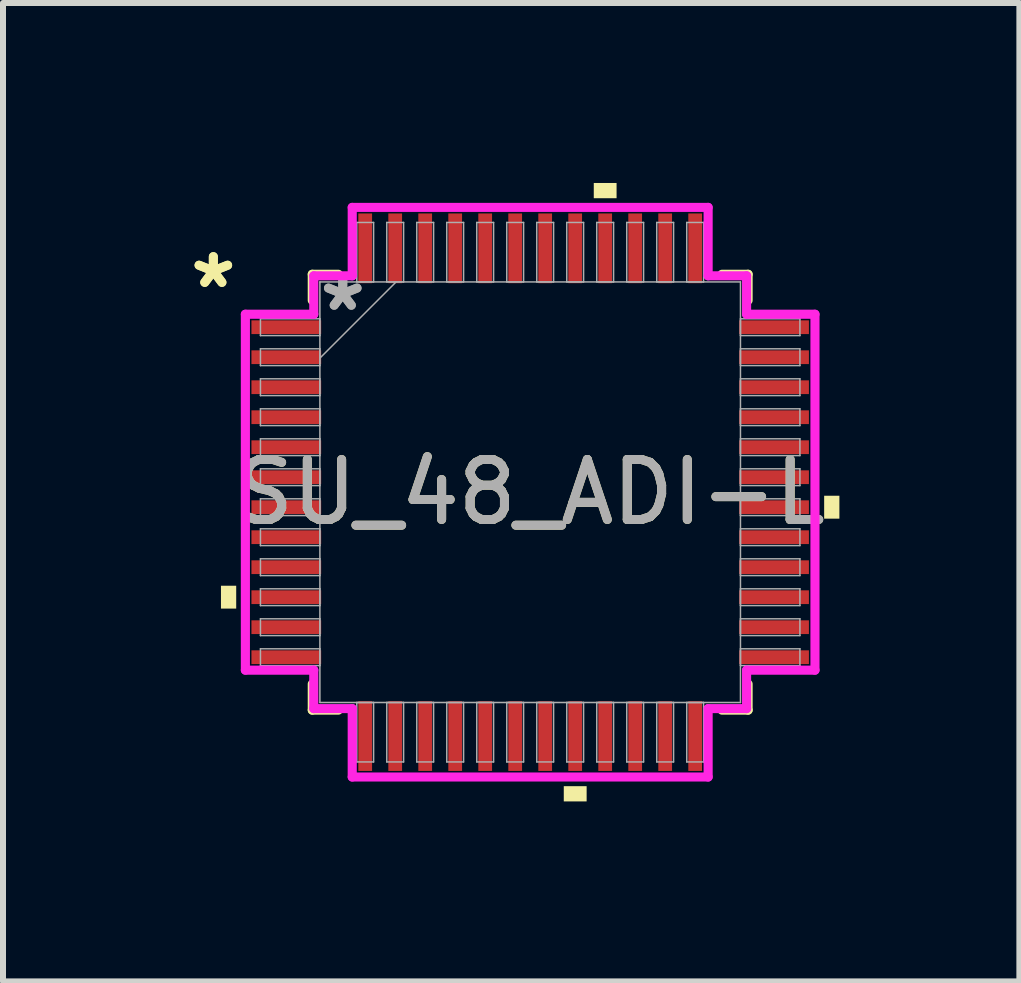
<source format=kicad_pcb>
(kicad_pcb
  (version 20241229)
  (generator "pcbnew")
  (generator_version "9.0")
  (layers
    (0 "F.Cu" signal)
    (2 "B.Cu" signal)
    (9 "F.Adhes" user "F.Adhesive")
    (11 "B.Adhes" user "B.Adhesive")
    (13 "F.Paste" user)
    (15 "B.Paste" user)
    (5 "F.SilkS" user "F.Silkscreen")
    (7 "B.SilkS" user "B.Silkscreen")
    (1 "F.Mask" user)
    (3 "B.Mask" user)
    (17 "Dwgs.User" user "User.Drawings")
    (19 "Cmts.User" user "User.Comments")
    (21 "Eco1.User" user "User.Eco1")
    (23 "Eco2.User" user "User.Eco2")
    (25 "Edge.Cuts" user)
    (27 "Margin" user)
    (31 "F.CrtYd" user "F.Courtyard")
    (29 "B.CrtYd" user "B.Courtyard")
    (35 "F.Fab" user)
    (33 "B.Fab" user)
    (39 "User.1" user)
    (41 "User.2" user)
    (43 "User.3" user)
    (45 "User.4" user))
  (footprint "SU_48_ADI-L"
    (layer "F.Cu")
    (at 5.787 5.154)
    (property "Reference" "SU_48_ADI-L" (at 0 0 0) (unlocked yes) (layer "F.SilkS") (effects (font (size 1 1) (thickness 0.15))))
    (attr smd)
    (fp_line (start -3.632 -3.632) (end -3.632 -3.197) (stroke (width 0.152) (type solid)) (layer "F.SilkS"))
    (fp_line (start -3.632 3.197) (end -3.632 3.632) (stroke (width 0.152) (type solid)) (layer "F.SilkS"))
    (fp_line (start -3.632 3.632) (end -3.197 3.632) (stroke (width 0.152) (type solid)) (layer "F.SilkS"))
    (fp_line (start -3.197 -3.632) (end -3.632 -3.632) (stroke (width 0.152) (type solid)) (layer "F.SilkS"))
    (fp_line (start 3.197 3.632) (end 3.632 3.632) (stroke (width 0.152) (type solid)) (layer "F.SilkS"))
    (fp_line (start 3.632 -3.632) (end 3.197 -3.632) (stroke (width 0.152) (type solid)) (layer "F.SilkS"))
    (fp_line (start 3.632 -3.197) (end 3.632 -3.632) (stroke (width 0.152) (type solid)) (layer "F.SilkS"))
    (fp_line (start 3.632 3.632) (end 3.632 3.197) (stroke (width 0.152) (type solid)) (layer "F.SilkS"))
    (fp_poly (pts (xy -5.154 1.559) (xy -5.154 1.94) (xy -4.9 1.94) (xy -4.9 1.559)) (stroke (width 0) (type solid)) (fill yes) (layer "F.SilkS"))
    (fp_poly (pts (xy 0.56 4.9) (xy 0.56 5.154) (xy 0.941 5.154) (xy 0.941 4.9)) (stroke (width 0) (type solid)) (fill yes) (layer "F.SilkS"))
    (fp_poly (pts (xy 1.06 -4.9) (xy 1.06 -5.154) (xy 1.44 -5.154) (xy 1.44 -4.9)) (stroke (width 0) (type solid)) (fill yes) (layer "F.SilkS"))
    (fp_poly (pts (xy 5.154 0.059) (xy 5.154 0.441) (xy 4.9 0.441) (xy 4.9 0.059)) (stroke (width 0) (type solid)) (fill yes) (layer "F.SilkS"))
    (fp_line (start -4.747 -2.966) (end -3.607 -2.966) (stroke (width 0.152) (type solid)) (layer "F.CrtYd"))
    (fp_line (start -4.747 2.966) (end -4.747 -2.966) (stroke (width 0.152) (type solid)) (layer "F.CrtYd"))
    (fp_line (start -3.607 -3.607) (end -2.966 -3.607) (stroke (width 0.152) (type solid)) (layer "F.CrtYd"))
    (fp_line (start -3.607 -2.966) (end -3.607 -3.607) (stroke (width 0.152) (type solid)) (layer "F.CrtYd"))
    (fp_line (start -3.607 2.966) (end -4.747 2.966) (stroke (width 0.152) (type solid)) (layer "F.CrtYd"))
    (fp_line (start -3.607 3.607) (end -3.607 2.966) (stroke (width 0.152) (type solid)) (layer "F.CrtYd"))
    (fp_line (start -3.607 3.607) (end -2.966 3.607) (stroke (width 0.152) (type solid)) (layer "F.CrtYd"))
    (fp_line (start -2.966 -4.747) (end 2.966 -4.747) (stroke (width 0.152) (type solid)) (layer "F.CrtYd"))
    (fp_line (start -2.966 -3.607) (end -2.966 -4.747) (stroke (width 0.152) (type solid)) (layer "F.CrtYd"))
    (fp_line (start -2.966 3.607) (end -2.966 4.747) (stroke (width 0.152) (type solid)) (layer "F.CrtYd"))
    (fp_line (start -2.966 4.747) (end 2.966 4.747) (stroke (width 0.152) (type solid)) (layer "F.CrtYd"))
    (fp_line (start 2.966 -4.747) (end 2.966 -3.607) (stroke (width 0.152) (type solid)) (layer "F.CrtYd"))
    (fp_line (start 2.966 -3.607) (end 3.607 -3.607) (stroke (width 0.152) (type solid)) (layer "F.CrtYd"))
    (fp_line (start 2.966 3.607) (end 3.607 3.607) (stroke (width 0.152) (type solid)) (layer "F.CrtYd"))
    (fp_line (start 2.966 4.747) (end 2.966 3.607) (stroke (width 0.152) (type solid)) (layer "F.CrtYd"))
    (fp_line (start 3.607 -2.966) (end 3.607 -3.607) (stroke (width 0.152) (type solid)) (layer "F.CrtYd"))
    (fp_line (start 3.607 2.966) (end 4.747 2.966) (stroke (width 0.152) (type solid)) (layer "F.CrtYd"))
    (fp_line (start 3.607 3.607) (end 3.607 2.966) (stroke (width 0.152) (type solid)) (layer "F.CrtYd"))
    (fp_line (start 4.747 -2.966) (end 3.607 -2.966) (stroke (width 0.152) (type solid)) (layer "F.CrtYd"))
    (fp_line (start 4.747 2.966) (end 4.747 -2.966) (stroke (width 0.152) (type solid)) (layer "F.CrtYd"))
    (fp_line (start -4.496 -2.89) (end -4.496 -2.61) (stroke (width 0.025) (type solid)) (layer "F.Fab"))
    (fp_line (start -4.496 -2.61) (end -3.505 -2.61) (stroke (width 0.025) (type solid)) (layer "F.Fab"))
    (fp_line (start -4.496 -2.39) (end -4.496 -2.11) (stroke (width 0.025) (type solid)) (layer "F.Fab"))
    (fp_line (start -4.496 -2.11) (end -3.505 -2.11) (stroke (width 0.025) (type solid)) (layer "F.Fab"))
    (fp_line (start -4.496 -1.89) (end -4.496 -1.61) (stroke (width 0.025) (type solid)) (layer "F.Fab"))
    (fp_line (start -4.496 -1.61) (end -3.505 -1.61) (stroke (width 0.025) (type solid)) (layer "F.Fab"))
    (fp_line (start -4.496 -1.39) (end -4.496 -1.11) (stroke (width 0.025) (type solid)) (layer "F.Fab"))
    (fp_line (start -4.496 -1.11) (end -3.505 -1.11) (stroke (width 0.025) (type solid)) (layer "F.Fab"))
    (fp_line (start -4.496 -0.89) (end -4.496 -0.61) (stroke (width 0.025) (type solid)) (layer "F.Fab"))
    (fp_line (start -4.496 -0.61) (end -3.505 -0.61) (stroke (width 0.025) (type solid)) (layer "F.Fab"))
    (fp_line (start -4.496 -0.39) (end -4.496 -0.11) (stroke (width 0.025) (type solid)) (layer "F.Fab"))
    (fp_line (start -4.496 -0.11) (end -3.505 -0.11) (stroke (width 0.025) (type solid)) (layer "F.Fab"))
    (fp_line (start -4.496 0.11) (end -4.496 0.39) (stroke (width 0.025) (type solid)) (layer "F.Fab"))
    (fp_line (start -4.496 0.39) (end -3.505 0.39) (stroke (width 0.025) (type solid)) (layer "F.Fab"))
    (fp_line (start -4.496 0.61) (end -4.496 0.89) (stroke (width 0.025) (type solid)) (layer "F.Fab"))
    (fp_line (start -4.496 0.89) (end -3.505 0.89) (stroke (width 0.025) (type solid)) (layer "F.Fab"))
    (fp_line (start -4.496 1.11) (end -4.496 1.39) (stroke (width 0.025) (type solid)) (layer "F.Fab"))
    (fp_line (start -4.496 1.39) (end -3.505 1.39) (stroke (width 0.025) (type solid)) (layer "F.Fab"))
    (fp_line (start -4.496 1.61) (end -4.496 1.89) (stroke (width 0.025) (type solid)) (layer "F.Fab"))
    (fp_line (start -4.496 1.89) (end -3.505 1.89) (stroke (width 0.025) (type solid)) (layer "F.Fab"))
    (fp_line (start -4.496 2.11) (end -4.496 2.39) (stroke (width 0.025) (type solid)) (layer "F.Fab"))
    (fp_line (start -4.496 2.39) (end -3.505 2.39) (stroke (width 0.025) (type solid)) (layer "F.Fab"))
    (fp_line (start -4.496 2.61) (end -4.496 2.89) (stroke (width 0.025) (type solid)) (layer "F.Fab"))
    (fp_line (start -4.496 2.89) (end -3.505 2.89) (stroke (width 0.025) (type solid)) (layer "F.Fab"))
    (fp_line (start -3.505 -3.505) (end -3.505 3.505) (stroke (width 0.025) (type solid)) (layer "F.Fab"))
    (fp_line (start -3.505 -2.89) (end -4.496 -2.89) (stroke (width 0.025) (type solid)) (layer "F.Fab"))
    (fp_line (start -3.505 -2.61) (end -3.505 -2.89) (stroke (width 0.025) (type solid)) (layer "F.Fab"))
    (fp_line (start -3.505 -2.39) (end -4.496 -2.39) (stroke (width 0.025) (type solid)) (layer "F.Fab"))
    (fp_line (start -3.505 -2.235) (end -2.235 -3.505) (stroke (width 0.025) (type solid)) (layer "F.Fab"))
    (fp_line (start -3.505 -2.11) (end -3.505 -2.39) (stroke (width 0.025) (type solid)) (layer "F.Fab"))
    (fp_line (start -3.505 -1.89) (end -4.496 -1.89) (stroke (width 0.025) (type solid)) (layer "F.Fab"))
    (fp_line (start -3.505 -1.61) (end -3.505 -1.89) (stroke (width 0.025) (type solid)) (layer "F.Fab"))
    (fp_line (start -3.505 -1.39) (end -4.496 -1.39) (stroke (width 0.025) (type solid)) (layer "F.Fab"))
    (fp_line (start -3.505 -1.11) (end -3.505 -1.39) (stroke (width 0.025) (type solid)) (layer "F.Fab"))
    (fp_line (start -3.505 -0.89) (end -4.496 -0.89) (stroke (width 0.025) (type solid)) (layer "F.Fab"))
    (fp_line (start -3.505 -0.61) (end -3.505 -0.89) (stroke (width 0.025) (type solid)) (layer "F.Fab"))
    (fp_line (start -3.505 -0.39) (end -4.496 -0.39) (stroke (width 0.025) (type solid)) (layer "F.Fab"))
    (fp_line (start -3.505 -0.11) (end -3.505 -0.39) (stroke (width 0.025) (type solid)) (layer "F.Fab"))
    (fp_line (start -3.505 0.11) (end -4.496 0.11) (stroke (width 0.025) (type solid)) (layer "F.Fab"))
    (fp_line (start -3.505 0.39) (end -3.505 0.11) (stroke (width 0.025) (type solid)) (layer "F.Fab"))
    (fp_line (start -3.505 0.61) (end -4.496 0.61) (stroke (width 0.025) (type solid)) (layer "F.Fab"))
    (fp_line (start -3.505 0.89) (end -3.505 0.61) (stroke (width 0.025) (type solid)) (layer "F.Fab"))
    (fp_line (start -3.505 1.11) (end -4.496 1.11) (stroke (width 0.025) (type solid)) (layer "F.Fab"))
    (fp_line (start -3.505 1.39) (end -3.505 1.11) (stroke (width 0.025) (type solid)) (layer "F.Fab"))
    (fp_line (start -3.505 1.61) (end -4.496 1.61) (stroke (width 0.025) (type solid)) (layer "F.Fab"))
    (fp_line (start -3.505 1.89) (end -3.505 1.61) (stroke (width 0.025) (type solid)) (layer "F.Fab"))
    (fp_line (start -3.505 2.11) (end -4.496 2.11) (stroke (width 0.025) (type solid)) (layer "F.Fab"))
    (fp_line (start -3.505 2.39) (end -3.505 2.11) (stroke (width 0.025) (type solid)) (layer "F.Fab"))
    (fp_line (start -3.505 2.61) (end -4.496 2.61) (stroke (width 0.025) (type solid)) (layer "F.Fab"))
    (fp_line (start -3.505 2.89) (end -3.505 2.61) (stroke (width 0.025) (type solid)) (layer "F.Fab"))
    (fp_line (start -3.505 3.505) (end 3.505 3.505) (stroke (width 0.025) (type solid)) (layer "F.Fab"))
    (fp_line (start -2.89 -4.496) (end -2.89 -3.505) (stroke (width 0.025) (type solid)) (layer "F.Fab"))
    (fp_line (start -2.89 -3.505) (end -2.61 -3.505) (stroke (width 0.025) (type solid)) (layer "F.Fab"))
    (fp_line (start -2.89 3.505) (end -2.89 4.496) (stroke (width 0.025) (type solid)) (layer "F.Fab"))
    (fp_line (start -2.89 4.496) (end -2.61 4.496) (stroke (width 0.025) (type solid)) (layer "F.Fab"))
    (fp_line (start -2.61 -4.496) (end -2.89 -4.496) (stroke (width 0.025) (type solid)) (layer "F.Fab"))
    (fp_line (start -2.61 -3.505) (end -2.61 -4.496) (stroke (width 0.025) (type solid)) (layer "F.Fab"))
    (fp_line (start -2.61 3.505) (end -2.89 3.505) (stroke (width 0.025) (type solid)) (layer "F.Fab"))
    (fp_line (start -2.61 4.496) (end -2.61 3.505) (stroke (width 0.025) (type solid)) (layer "F.Fab"))
    (fp_line (start -2.39 -4.496) (end -2.39 -3.505) (stroke (width 0.025) (type solid)) (layer "F.Fab"))
    (fp_line (start -2.39 -3.505) (end -2.11 -3.505) (stroke (width 0.025) (type solid)) (layer "F.Fab"))
    (fp_line (start -2.39 3.505) (end -2.39 4.496) (stroke (width 0.025) (type solid)) (layer "F.Fab"))
    (fp_line (start -2.39 4.496) (end -2.11 4.496) (stroke (width 0.025) (type solid)) (layer "F.Fab"))
    (fp_line (start -2.11 -4.496) (end -2.39 -4.496) (stroke (width 0.025) (type solid)) (layer "F.Fab"))
    (fp_line (start -2.11 -3.505) (end -2.11 -4.496) (stroke (width 0.025) (type solid)) (layer "F.Fab"))
    (fp_line (start -2.11 3.505) (end -2.39 3.505) (stroke (width 0.025) (type solid)) (layer "F.Fab"))
    (fp_line (start -2.11 4.496) (end -2.11 3.505) (stroke (width 0.025) (type solid)) (layer "F.Fab"))
    (fp_line (start -1.89 -4.496) (end -1.89 -3.505) (stroke (width 0.025) (type solid)) (layer "F.Fab"))
    (fp_line (start -1.89 -3.505) (end -1.61 -3.505) (stroke (width 0.025) (type solid)) (layer "F.Fab"))
    (fp_line (start -1.89 3.505) (end -1.89 4.496) (stroke (width 0.025) (type solid)) (layer "F.Fab"))
    (fp_line (start -1.89 4.496) (end -1.61 4.496) (stroke (width 0.025) (type solid)) (layer "F.Fab"))
    (fp_line (start -1.61 -4.496) (end -1.89 -4.496) (stroke (width 0.025) (type solid)) (layer "F.Fab"))
    (fp_line (start -1.61 -3.505) (end -1.61 -4.496) (stroke (width 0.025) (type solid)) (layer "F.Fab"))
    (fp_line (start -1.61 3.505) (end -1.89 3.505) (stroke (width 0.025) (type solid)) (layer "F.Fab"))
    (fp_line (start -1.61 4.496) (end -1.61 3.505) (stroke (width 0.025) (type solid)) (layer "F.Fab"))
    (fp_line (start -1.39 -4.496) (end -1.39 -3.505) (stroke (width 0.025) (type solid)) (layer "F.Fab"))
    (fp_line (start -1.39 -3.505) (end -1.11 -3.505) (stroke (width 0.025) (type solid)) (layer "F.Fab"))
    (fp_line (start -1.39 3.505) (end -1.39 4.496) (stroke (width 0.025) (type solid)) (layer "F.Fab"))
    (fp_line (start -1.39 4.496) (end -1.11 4.496) (stroke (width 0.025) (type solid)) (layer "F.Fab"))
    (fp_line (start -1.11 -4.496) (end -1.39 -4.496) (stroke (width 0.025) (type solid)) (layer "F.Fab"))
    (fp_line (start -1.11 -3.505) (end -1.11 -4.496) (stroke (width 0.025) (type solid)) (layer "F.Fab"))
    (fp_line (start -1.11 3.505) (end -1.39 3.505) (stroke (width 0.025) (type solid)) (layer "F.Fab"))
    (fp_line (start -1.11 4.496) (end -1.11 3.505) (stroke (width 0.025) (type solid)) (layer "F.Fab"))
    (fp_line (start -0.89 -4.496) (end -0.89 -3.505) (stroke (width 0.025) (type solid)) (layer "F.Fab"))
    (fp_line (start -0.89 -3.505) (end -0.61 -3.505) (stroke (width 0.025) (type solid)) (layer "F.Fab"))
    (fp_line (start -0.89 3.505) (end -0.89 4.496) (stroke (width 0.025) (type solid)) (layer "F.Fab"))
    (fp_line (start -0.89 4.496) (end -0.61 4.496) (stroke (width 0.025) (type solid)) (layer "F.Fab"))
    (fp_line (start -0.61 -4.496) (end -0.89 -4.496) (stroke (width 0.025) (type solid)) (layer "F.Fab"))
    (fp_line (start -0.61 -3.505) (end -0.61 -4.496) (stroke (width 0.025) (type solid)) (layer "F.Fab"))
    (fp_line (start -0.61 3.505) (end -0.89 3.505) (stroke (width 0.025) (type solid)) (layer "F.Fab"))
    (fp_line (start -0.61 4.496) (end -0.61 3.505) (stroke (width 0.025) (type solid)) (layer "F.Fab"))
    (fp_line (start -0.39 -4.496) (end -0.39 -3.505) (stroke (width 0.025) (type solid)) (layer "F.Fab"))
    (fp_line (start -0.39 -3.505) (end -0.11 -3.505) (stroke (width 0.025) (type solid)) (layer "F.Fab"))
    (fp_line (start -0.39 3.505) (end -0.39 4.496) (stroke (width 0.025) (type solid)) (layer "F.Fab"))
    (fp_line (start -0.39 4.496) (end -0.11 4.496) (stroke (width 0.025) (type solid)) (layer "F.Fab"))
    (fp_line (start -0.11 -4.496) (end -0.39 -4.496) (stroke (width 0.025) (type solid)) (layer "F.Fab"))
    (fp_line (start -0.11 -3.505) (end -0.11 -4.496) (stroke (width 0.025) (type solid)) (layer "F.Fab"))
    (fp_line (start -0.11 3.505) (end -0.39 3.505) (stroke (width 0.025) (type solid)) (layer "F.Fab"))
    (fp_line (start -0.11 4.496) (end -0.11 3.505) (stroke (width 0.025) (type solid)) (layer "F.Fab"))
    (fp_line (start 0.11 -4.496) (end 0.11 -3.505) (stroke (width 0.025) (type solid)) (layer "F.Fab"))
    (fp_line (start 0.11 -3.505) (end 0.39 -3.505) (stroke (width 0.025) (type solid)) (layer "F.Fab"))
    (fp_line (start 0.11 3.505) (end 0.11 4.496) (stroke (width 0.025) (type solid)) (layer "F.Fab"))
    (fp_line (start 0.11 4.496) (end 0.39 4.496) (stroke (width 0.025) (type solid)) (layer "F.Fab"))
    (fp_line (start 0.39 -4.496) (end 0.11 -4.496) (stroke (width 0.025) (type solid)) (layer "F.Fab"))
    (fp_line (start 0.39 -3.505) (end 0.39 -4.496) (stroke (width 0.025) (type solid)) (layer "F.Fab"))
    (fp_line (start 0.39 3.505) (end 0.11 3.505) (stroke (width 0.025) (type solid)) (layer "F.Fab"))
    (fp_line (start 0.39 4.496) (end 0.39 3.505) (stroke (width 0.025) (type solid)) (layer "F.Fab"))
    (fp_line (start 0.61 -4.496) (end 0.61 -3.505) (stroke (width 0.025) (type solid)) (layer "F.Fab"))
    (fp_line (start 0.61 -3.505) (end 0.89 -3.505) (stroke (width 0.025) (type solid)) (layer "F.Fab"))
    (fp_line (start 0.61 3.505) (end 0.61 4.496) (stroke (width 0.025) (type solid)) (layer "F.Fab"))
    (fp_line (start 0.61 4.496) (end 0.89 4.496) (stroke (width 0.025) (type solid)) (layer "F.Fab"))
    (fp_line (start 0.89 -4.496) (end 0.61 -4.496) (stroke (width 0.025) (type solid)) (layer "F.Fab"))
    (fp_line (start 0.89 -3.505) (end 0.89 -4.496) (stroke (width 0.025) (type solid)) (layer "F.Fab"))
    (fp_line (start 0.89 3.505) (end 0.61 3.505) (stroke (width 0.025) (type solid)) (layer "F.Fab"))
    (fp_line (start 0.89 4.496) (end 0.89 3.505) (stroke (width 0.025) (type solid)) (layer "F.Fab"))
    (fp_line (start 1.11 -4.496) (end 1.11 -3.505) (stroke (width 0.025) (type solid)) (layer "F.Fab"))
    (fp_line (start 1.11 -3.505) (end 1.39 -3.505) (stroke (width 0.025) (type solid)) (layer "F.Fab"))
    (fp_line (start 1.11 3.505) (end 1.11 4.496) (stroke (width 0.025) (type solid)) (layer "F.Fab"))
    (fp_line (start 1.11 4.496) (end 1.39 4.496) (stroke (width 0.025) (type solid)) (layer "F.Fab"))
    (fp_line (start 1.39 -4.496) (end 1.11 -4.496) (stroke (width 0.025) (type solid)) (layer "F.Fab"))
    (fp_line (start 1.39 -3.505) (end 1.39 -4.496) (stroke (width 0.025) (type solid)) (layer "F.Fab"))
    (fp_line (start 1.39 3.505) (end 1.11 3.505) (stroke (width 0.025) (type solid)) (layer "F.Fab"))
    (fp_line (start 1.39 4.496) (end 1.39 3.505) (stroke (width 0.025) (type solid)) (layer "F.Fab"))
    (fp_line (start 1.61 -4.496) (end 1.61 -3.505) (stroke (width 0.025) (type solid)) (layer "F.Fab"))
    (fp_line (start 1.61 -3.505) (end 1.89 -3.505) (stroke (width 0.025) (type solid)) (layer "F.Fab"))
    (fp_line (start 1.61 3.505) (end 1.61 4.496) (stroke (width 0.025) (type solid)) (layer "F.Fab"))
    (fp_line (start 1.61 4.496) (end 1.89 4.496) (stroke (width 0.025) (type solid)) (layer "F.Fab"))
    (fp_line (start 1.89 -4.496) (end 1.61 -4.496) (stroke (width 0.025) (type solid)) (layer "F.Fab"))
    (fp_line (start 1.89 -3.505) (end 1.89 -4.496) (stroke (width 0.025) (type solid)) (layer "F.Fab"))
    (fp_line (start 1.89 3.505) (end 1.61 3.505) (stroke (width 0.025) (type solid)) (layer "F.Fab"))
    (fp_line (start 1.89 4.496) (end 1.89 3.505) (stroke (width 0.025) (type solid)) (layer "F.Fab"))
    (fp_line (start 2.11 -4.496) (end 2.11 -3.505) (stroke (width 0.025) (type solid)) (layer "F.Fab"))
    (fp_line (start 2.11 -3.505) (end 2.39 -3.505) (stroke (width 0.025) (type solid)) (layer "F.Fab"))
    (fp_line (start 2.11 3.505) (end 2.11 4.496) (stroke (width 0.025) (type solid)) (layer "F.Fab"))
    (fp_line (start 2.11 4.496) (end 2.39 4.496) (stroke (width 0.025) (type solid)) (layer "F.Fab"))
    (fp_line (start 2.39 -4.496) (end 2.11 -4.496) (stroke (width 0.025) (type solid)) (layer "F.Fab"))
    (fp_line (start 2.39 -3.505) (end 2.39 -4.496) (stroke (width 0.025) (type solid)) (layer "F.Fab"))
    (fp_line (start 2.39 3.505) (end 2.11 3.505) (stroke (width 0.025) (type solid)) (layer "F.Fab"))
    (fp_line (start 2.39 4.496) (end 2.39 3.505) (stroke (width 0.025) (type solid)) (layer "F.Fab"))
    (fp_line (start 2.61 -4.496) (end 2.61 -3.505) (stroke (width 0.025) (type solid)) (layer "F.Fab"))
    (fp_line (start 2.61 -3.505) (end 2.89 -3.505) (stroke (width 0.025) (type solid)) (layer "F.Fab"))
    (fp_line (start 2.61 3.505) (end 2.61 4.496) (stroke (width 0.025) (type solid)) (layer "F.Fab"))
    (fp_line (start 2.61 4.496) (end 2.89 4.496) (stroke (width 0.025) (type solid)) (layer "F.Fab"))
    (fp_line (start 2.89 -4.496) (end 2.61 -4.496) (stroke (width 0.025) (type solid)) (layer "F.Fab"))
    (fp_line (start 2.89 -3.505) (end 2.89 -4.496) (stroke (width 0.025) (type solid)) (layer "F.Fab"))
    (fp_line (start 2.89 3.505) (end 2.61 3.505) (stroke (width 0.025) (type solid)) (layer "F.Fab"))
    (fp_line (start 2.89 4.496) (end 2.89 3.505) (stroke (width 0.025) (type solid)) (layer "F.Fab"))
    (fp_line (start 3.505 -3.505) (end -3.505 -3.505) (stroke (width 0.025) (type solid)) (layer "F.Fab"))
    (fp_line (start 3.505 -2.89) (end 3.505 -2.61) (stroke (width 0.025) (type solid)) (layer "F.Fab"))
    (fp_line (start 3.505 -2.61) (end 4.496 -2.61) (stroke (width 0.025) (type solid)) (layer "F.Fab"))
    (fp_line (start 3.505 -2.39) (end 3.505 -2.11) (stroke (width 0.025) (type solid)) (layer "F.Fab"))
    (fp_line (start 3.505 -2.11) (end 4.496 -2.11) (stroke (width 0.025) (type solid)) (layer "F.Fab"))
    (fp_line (start 3.505 -1.89) (end 3.505 -1.61) (stroke (width 0.025) (type solid)) (layer "F.Fab"))
    (fp_line (start 3.505 -1.61) (end 4.496 -1.61) (stroke (width 0.025) (type solid)) (layer "F.Fab"))
    (fp_line (start 3.505 -1.39) (end 3.505 -1.11) (stroke (width 0.025) (type solid)) (layer "F.Fab"))
    (fp_line (start 3.505 -1.11) (end 4.496 -1.11) (stroke (width 0.025) (type solid)) (layer "F.Fab"))
    (fp_line (start 3.505 -0.89) (end 3.505 -0.61) (stroke (width 0.025) (type solid)) (layer "F.Fab"))
    (fp_line (start 3.505 -0.61) (end 4.496 -0.61) (stroke (width 0.025) (type solid)) (layer "F.Fab"))
    (fp_line (start 3.505 -0.39) (end 3.505 -0.11) (stroke (width 0.025) (type solid)) (layer "F.Fab"))
    (fp_line (start 3.505 -0.11) (end 4.496 -0.11) (stroke (width 0.025) (type solid)) (layer "F.Fab"))
    (fp_line (start 3.505 0.11) (end 3.505 0.39) (stroke (width 0.025) (type solid)) (layer "F.Fab"))
    (fp_line (start 3.505 0.39) (end 4.496 0.39) (stroke (width 0.025) (type solid)) (layer "F.Fab"))
    (fp_line (start 3.505 0.61) (end 3.505 0.89) (stroke (width 0.025) (type solid)) (layer "F.Fab"))
    (fp_line (start 3.505 0.89) (end 4.496 0.89) (stroke (width 0.025) (type solid)) (layer "F.Fab"))
    (fp_line (start 3.505 1.11) (end 3.505 1.39) (stroke (width 0.025) (type solid)) (layer "F.Fab"))
    (fp_line (start 3.505 1.39) (end 4.496 1.39) (stroke (width 0.025) (type solid)) (layer "F.Fab"))
    (fp_line (start 3.505 1.61) (end 3.505 1.89) (stroke (width 0.025) (type solid)) (layer "F.Fab"))
    (fp_line (start 3.505 1.89) (end 4.496 1.89) (stroke (width 0.025) (type solid)) (layer "F.Fab"))
    (fp_line (start 3.505 2.11) (end 3.505 2.39) (stroke (width 0.025) (type solid)) (layer "F.Fab"))
    (fp_line (start 3.505 2.39) (end 4.496 2.39) (stroke (width 0.025) (type solid)) (layer "F.Fab"))
    (fp_line (start 3.505 2.61) (end 3.505 2.89) (stroke (width 0.025) (type solid)) (layer "F.Fab"))
    (fp_line (start 3.505 2.89) (end 4.496 2.89) (stroke (width 0.025) (type solid)) (layer "F.Fab"))
    (fp_line (start 3.505 3.505) (end 3.505 -3.505) (stroke (width 0.025) (type solid)) (layer "F.Fab"))
    (fp_line (start 4.496 -2.89) (end 3.505 -2.89) (stroke (width 0.025) (type solid)) (layer "F.Fab"))
    (fp_line (start 4.496 -2.61) (end 4.496 -2.89) (stroke (width 0.025) (type solid)) (layer "F.Fab"))
    (fp_line (start 4.496 -2.39) (end 3.505 -2.39) (stroke (width 0.025) (type solid)) (layer "F.Fab"))
    (fp_line (start 4.496 -2.11) (end 4.496 -2.39) (stroke (width 0.025) (type solid)) (layer "F.Fab"))
    (fp_line (start 4.496 -1.89) (end 3.505 -1.89) (stroke (width 0.025) (type solid)) (layer "F.Fab"))
    (fp_line (start 4.496 -1.61) (end 4.496 -1.89) (stroke (width 0.025) (type solid)) (layer "F.Fab"))
    (fp_line (start 4.496 -1.39) (end 3.505 -1.39) (stroke (width 0.025) (type solid)) (layer "F.Fab"))
    (fp_line (start 4.496 -1.11) (end 4.496 -1.39) (stroke (width 0.025) (type solid)) (layer "F.Fab"))
    (fp_line (start 4.496 -0.89) (end 3.505 -0.89) (stroke (width 0.025) (type solid)) (layer "F.Fab"))
    (fp_line (start 4.496 -0.61) (end 4.496 -0.89) (stroke (width 0.025) (type solid)) (layer "F.Fab"))
    (fp_line (start 4.496 -0.39) (end 3.505 -0.39) (stroke (width 0.025) (type solid)) (layer "F.Fab"))
    (fp_line (start 4.496 -0.11) (end 4.496 -0.39) (stroke (width 0.025) (type solid)) (layer "F.Fab"))
    (fp_line (start 4.496 0.11) (end 3.505 0.11) (stroke (width 0.025) (type solid)) (layer "F.Fab"))
    (fp_line (start 4.496 0.39) (end 4.496 0.11) (stroke (width 0.025) (type solid)) (layer "F.Fab"))
    (fp_line (start 4.496 0.61) (end 3.505 0.61) (stroke (width 0.025) (type solid)) (layer "F.Fab"))
    (fp_line (start 4.496 0.89) (end 4.496 0.61) (stroke (width 0.025) (type solid)) (layer "F.Fab"))
    (fp_line (start 4.496 1.11) (end 3.505 1.11) (stroke (width 0.025) (type solid)) (layer "F.Fab"))
    (fp_line (start 4.496 1.39) (end 4.496 1.11) (stroke (width 0.025) (type solid)) (layer "F.Fab"))
    (fp_line (start 4.496 1.61) (end 3.505 1.61) (stroke (width 0.025) (type solid)) (layer "F.Fab"))
    (fp_line (start 4.496 1.89) (end 4.496 1.61) (stroke (width 0.025) (type solid)) (layer "F.Fab"))
    (fp_line (start 4.496 2.11) (end 3.505 2.11) (stroke (width 0.025) (type solid)) (layer "F.Fab"))
    (fp_line (start 4.496 2.39) (end 4.496 2.11) (stroke (width 0.025) (type solid)) (layer "F.Fab"))
    (fp_line (start 4.496 2.61) (end 3.505 2.61) (stroke (width 0.025) (type solid)) (layer "F.Fab"))
    (fp_line (start 4.496 2.89) (end 4.496 2.61) (stroke (width 0.025) (type solid)) (layer "F.Fab"))
    (fp_text user "*" (at -5.281 -3.381 0) (layer "F.SilkS") (effects (font (size 1 1) (thickness 0.15))))
    (fp_text user "*" (at -5.281 -3.381 0) (unlocked yes) (layer "F.SilkS") (effects (font (size 1 1) (thickness 0.15))))
    (fp_text user "*" (at -3.124 -3 0) (layer "F.Fab") (effects (font (size 1 1) (thickness 0.15))))
    (fp_text user "${REFERENCE}" (at 0 0 0) (unlocked yes) (layer "F.Fab") (effects (font (size 1 1) (thickness 0.15))))
    (fp_text user "*" (at -3.124 -3 0) (unlocked yes) (layer "F.Fab") (effects (font (size 1 1) (thickness 0.15))))
    (pad "1" smd rect (at -4.065 -2.75 90) (size 0.229 1.162) (layers "F.Cu" "F.Mask" "F.Paste"))
    (pad "2" smd rect (at -4.065 -2.25 90) (size 0.229 1.162) (layers "F.Cu" "F.Mask" "F.Paste"))
    (pad "3" smd rect (at -4.065 -1.75 90) (size 0.229 1.162) (layers "F.Cu" "F.Mask" "F.Paste"))
    (pad "4" smd rect (at -4.065 -1.25 90) (size 0.229 1.162) (layers "F.Cu" "F.Mask" "F.Paste"))
    (pad "5" smd rect (at -4.065 -0.75 90) (size 0.229 1.162) (layers "F.Cu" "F.Mask" "F.Paste"))
    (pad "6" smd rect (at -4.065 -0.25 90) (size 0.229 1.162) (layers "F.Cu" "F.Mask" "F.Paste"))
    (pad "7" smd rect (at -4.065 0.25 90) (size 0.229 1.162) (layers "F.Cu" "F.Mask" "F.Paste"))
    (pad "8" smd rect (at -4.065 0.75 90) (size 0.229 1.162) (layers "F.Cu" "F.Mask" "F.Paste"))
    (pad "9" smd rect (at -4.065 1.25 90) (size 0.229 1.162) (layers "F.Cu" "F.Mask" "F.Paste"))
    (pad "10" smd rect (at -4.065 1.75 90) (size 0.229 1.162) (layers "F.Cu" "F.Mask" "F.Paste"))
    (pad "11" smd rect (at -4.065 2.25 90) (size 0.229 1.162) (layers "F.Cu" "F.Mask" "F.Paste"))
    (pad "12" smd rect (at -4.065 2.75 90) (size 0.229 1.162) (layers "F.Cu" "F.Mask" "F.Paste"))
    (pad "13" smd rect (at -2.75 4.065) (size 0.229 1.162) (layers "F.Cu" "F.Mask" "F.Paste"))
    (pad "14" smd rect (at -2.25 4.065) (size 0.229 1.162) (layers "F.Cu" "F.Mask" "F.Paste"))
    (pad "15" smd rect (at -1.75 4.065) (size 0.229 1.162) (layers "F.Cu" "F.Mask" "F.Paste"))
    (pad "16" smd rect (at -1.25 4.065) (size 0.229 1.162) (layers "F.Cu" "F.Mask" "F.Paste"))
    (pad "17" smd rect (at -0.75 4.065) (size 0.229 1.162) (layers "F.Cu" "F.Mask" "F.Paste"))
    (pad "18" smd rect (at -0.25 4.065) (size 0.229 1.162) (layers "F.Cu" "F.Mask" "F.Paste"))
    (pad "19" smd rect (at 0.25 4.065) (size 0.229 1.162) (layers "F.Cu" "F.Mask" "F.Paste"))
    (pad "20" smd rect (at 0.75 4.065) (size 0.229 1.162) (layers "F.Cu" "F.Mask" "F.Paste"))
    (pad "21" smd rect (at 1.25 4.065) (size 0.229 1.162) (layers "F.Cu" "F.Mask" "F.Paste"))
    (pad "22" smd rect (at 1.75 4.065) (size 0.229 1.162) (layers "F.Cu" "F.Mask" "F.Paste"))
    (pad "23" smd rect (at 2.25 4.065) (size 0.229 1.162) (layers "F.Cu" "F.Mask" "F.Paste"))
    (pad "24" smd rect (at 2.75 4.065) (size 0.229 1.162) (layers "F.Cu" "F.Mask" "F.Paste"))
    (pad "25" smd rect (at 4.065 2.75 90) (size 0.229 1.162) (layers "F.Cu" "F.Mask" "F.Paste"))
    (pad "26" smd rect (at 4.065 2.25 90) (size 0.229 1.162) (layers "F.Cu" "F.Mask" "F.Paste"))
    (pad "27" smd rect (at 4.065 1.75 90) (size 0.229 1.162) (layers "F.Cu" "F.Mask" "F.Paste"))
    (pad "28" smd rect (at 4.065 1.25 90) (size 0.229 1.162) (layers "F.Cu" "F.Mask" "F.Paste"))
    (pad "29" smd rect (at 4.065 0.75 90) (size 0.229 1.162) (layers "F.Cu" "F.Mask" "F.Paste"))
    (pad "30" smd rect (at 4.065 0.25 90) (size 0.229 1.162) (layers "F.Cu" "F.Mask" "F.Paste"))
    (pad "31" smd rect (at 4.065 -0.25 90) (size 0.229 1.162) (layers "F.Cu" "F.Mask" "F.Paste"))
    (pad "32" smd rect (at 4.065 -0.75 90) (size 0.229 1.162) (layers "F.Cu" "F.Mask" "F.Paste"))
    (pad "33" smd rect (at 4.065 -1.25 90) (size 0.229 1.162) (layers "F.Cu" "F.Mask" "F.Paste"))
    (pad "34" smd rect (at 4.065 -1.75 90) (size 0.229 1.162) (layers "F.Cu" "F.Mask" "F.Paste"))
    (pad "35" smd rect (at 4.065 -2.25 90) (size 0.229 1.162) (layers "F.Cu" "F.Mask" "F.Paste"))
    (pad "36" smd rect (at 4.065 -2.75 90) (size 0.229 1.162) (layers "F.Cu" "F.Mask" "F.Paste"))
    (pad "37" smd rect (at 2.75 -4.065) (size 0.229 1.162) (layers "F.Cu" "F.Mask" "F.Paste"))
    (pad "38" smd rect (at 2.25 -4.065) (size 0.229 1.162) (layers "F.Cu" "F.Mask" "F.Paste"))
    (pad "39" smd rect (at 1.75 -4.065) (size 0.229 1.162) (layers "F.Cu" "F.Mask" "F.Paste"))
    (pad "40" smd rect (at 1.25 -4.065) (size 0.229 1.162) (layers "F.Cu" "F.Mask" "F.Paste"))
    (pad "41" smd rect (at 0.75 -4.065) (size 0.229 1.162) (layers "F.Cu" "F.Mask" "F.Paste"))
    (pad "42" smd rect (at 0.25 -4.065) (size 0.229 1.162) (layers "F.Cu" "F.Mask" "F.Paste"))
    (pad "43" smd rect (at -0.25 -4.065) (size 0.229 1.162) (layers "F.Cu" "F.Mask" "F.Paste"))
    (pad "44" smd rect (at -0.75 -4.065) (size 0.229 1.162) (layers "F.Cu" "F.Mask" "F.Paste"))
    (pad "45" smd rect (at -1.25 -4.065) (size 0.229 1.162) (layers "F.Cu" "F.Mask" "F.Paste"))
    (pad "46" smd rect (at -1.75 -4.065) (size 0.229 1.162) (layers "F.Cu" "F.Mask" "F.Paste"))
    (pad "47" smd rect (at -2.25 -4.065) (size 0.229 1.162) (layers "F.Cu" "F.Mask" "F.Paste"))
    (pad "48" smd rect (at -2.75 -4.065) (size 0.229 1.162) (layers "F.Cu" "F.Mask" "F.Paste")))
  (gr_rect
    (start -3 -3)
    (end 13.941 13.308)
    (stroke (width 0.1) (type default))
    (fill no)
    (layer "Edge.Cuts")))
</source>
